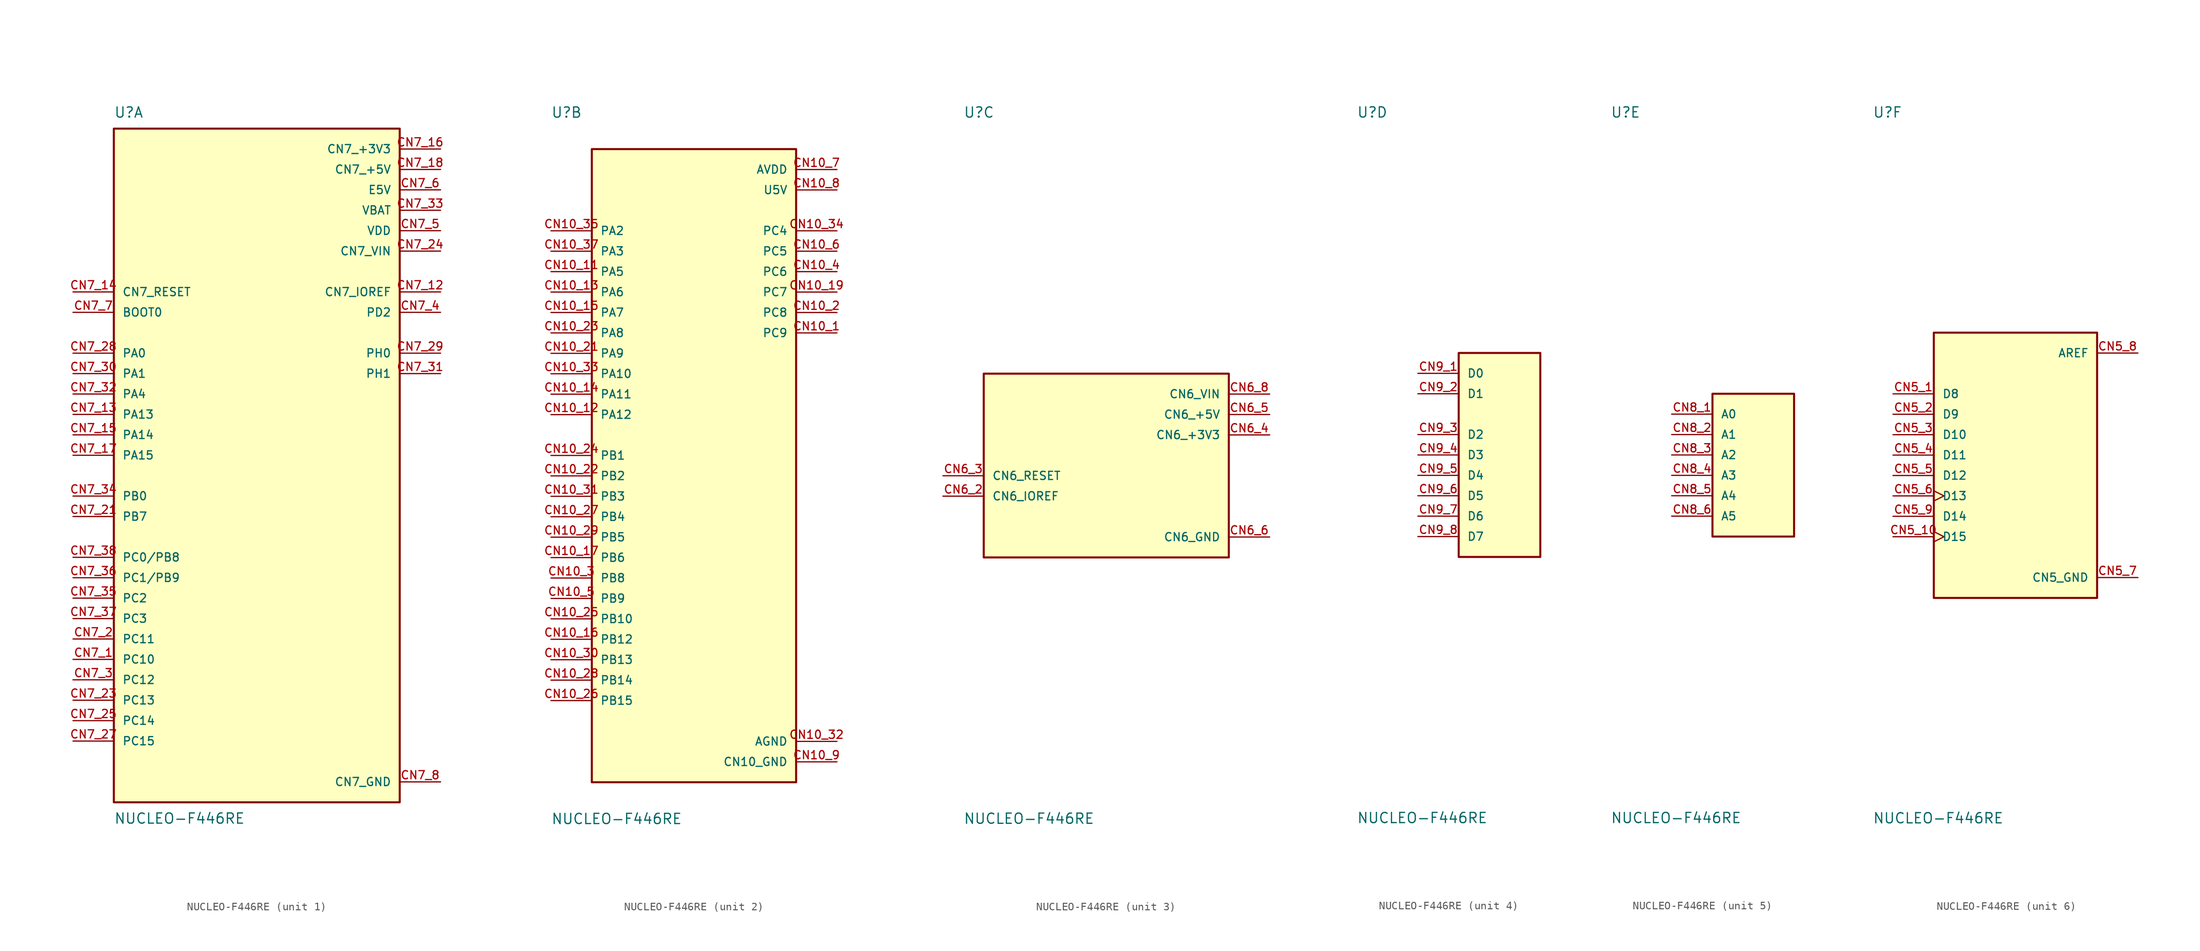
<source format=kicad_sym>
(kicad_symbol_lib
  (version 20241209)
  (generator "kicad_symbol_editor")
  (generator_version "9.0")
  (symbol "NUCLEO-F446RE"
    (pin_names
      (offset 1.016))
    (property "Reference" "U"
      (at -17.78 41.91 0)
      (effects (font (size 1.27 1.27)) (justify left bottom)))
    (property "Value" "NUCLEO-F446RE"
      (at -17.78 -44.45 0)
      (effects (font (size 1.27 1.27)) (justify left top)))
    (symbol "NUCLEO-F446RE_1_0"
      (rectangle (start -17.78 -43.18) (end 17.78 40.64) (stroke (width 0.254) (type default)) (fill (type background)))
      (pin bidirectional line (at -22.86 20.32 0) (length 5.08) (name "CN7_RESET" (effects (font (size 1.016 1.016)))) (number "CN7_14" (effects (font (size 1.016 1.016)))))
      (pin bidirectional line (at -22.86 17.78 0) (length 5.08) (name "BOOT0" (effects (font (size 1.016 1.016)))) (number "CN7_7" (effects (font (size 1.016 1.016)))))
      (pin bidirectional line (at -22.86 12.7 0) (length 5.08) (name "PA0" (effects (font (size 1.016 1.016)))) (number "CN7_28" (effects (font (size 1.016 1.016)))))
      (pin bidirectional line (at -22.86 10.16 0) (length 5.08) (name "PA1" (effects (font (size 1.016 1.016)))) (number "CN7_30" (effects (font (size 1.016 1.016)))))
      (pin bidirectional line (at -22.86 7.62 0) (length 5.08) (name "PA4" (effects (font (size 1.016 1.016)))) (number "CN7_32" (effects (font (size 1.016 1.016)))))
      (pin bidirectional line (at -22.86 5.08 0) (length 5.08) (name "PA13" (effects (font (size 1.016 1.016)))) (number "CN7_13" (effects (font (size 1.016 1.016)))))
      (pin bidirectional line (at -22.86 2.54 0) (length 5.08) (name "PA14" (effects (font (size 1.016 1.016)))) (number "CN7_15" (effects (font (size 1.016 1.016)))))
      (pin bidirectional line (at -22.86 0 0) (length 5.08) (name "PA15" (effects (font (size 1.016 1.016)))) (number "CN7_17" (effects (font (size 1.016 1.016)))))
      (pin bidirectional line (at -22.86 -5.08 0) (length 5.08) (name "PB0" (effects (font (size 1.016 1.016)))) (number "CN7_34" (effects (font (size 1.016 1.016)))))
      (pin bidirectional line (at -22.86 -7.62 0) (length 5.08) (name "PB7" (effects (font (size 1.016 1.016)))) (number "CN7_21" (effects (font (size 1.016 1.016)))))
      (pin bidirectional line (at -22.86 -12.7 0) (length 5.08) (name "PC0/PB8" (effects (font (size 1.016 1.016)))) (number "CN7_38" (effects (font (size 1.016 1.016)))))
      (pin bidirectional line (at -22.86 -15.24 0) (length 5.08) (name "PC1/PB9" (effects (font (size 1.016 1.016)))) (number "CN7_36" (effects (font (size 1.016 1.016)))))
      (pin bidirectional line (at -22.86 -17.78 0) (length 5.08) (name "PC2" (effects (font (size 1.016 1.016)))) (number "CN7_35" (effects (font (size 1.016 1.016)))))
      (pin bidirectional line (at -22.86 -20.32 0) (length 5.08) (name "PC3" (effects (font (size 1.016 1.016)))) (number "CN7_37" (effects (font (size 1.016 1.016)))))
      (pin bidirectional line (at -22.86 -22.86 0) (length 5.08) (name "PC11" (effects (font (size 1.016 1.016)))) (number "CN7_2" (effects (font (size 1.016 1.016)))))
      (pin bidirectional line (at -22.86 -25.4 0) (length 5.08) (name "PC10" (effects (font (size 1.016 1.016)))) (number "CN7_1" (effects (font (size 1.016 1.016)))))
      (pin bidirectional line (at -22.86 -27.94 0) (length 5.08) (name "PC12" (effects (font (size 1.016 1.016)))) (number "CN7_3" (effects (font (size 1.016 1.016)))))
      (pin bidirectional line (at -22.86 -30.48 0) (length 5.08) (name "PC13" (effects (font (size 1.016 1.016)))) (number "CN7_23" (effects (font (size 1.016 1.016)))))
      (pin bidirectional line (at -22.86 -33.02 0) (length 5.08) (name "PC14" (effects (font (size 1.016 1.016)))) (number "CN7_25" (effects (font (size 1.016 1.016)))))
      (pin bidirectional line (at -22.86 -35.56 0) (length 5.08) (name "PC15" (effects (font (size 1.016 1.016)))) (number "CN7_27" (effects (font (size 1.016 1.016)))))
      (pin power_in line (at 22.86 38.1 180) (length 5.08) (name "CN7_+3V3" (effects (font (size 1.016 1.016)))) (number "CN7_16" (effects (font (size 1.016 1.016)))))
      (pin power_in line (at 22.86 35.56 180) (length 5.08) (name "CN7_+5V" (effects (font (size 1.016 1.016)))) (number "CN7_18" (effects (font (size 1.016 1.016)))))
      (pin power_in line (at 22.86 33.02 180) (length 5.08) (name "E5V" (effects (font (size 1.016 1.016)))) (number "CN7_6" (effects (font (size 1.016 1.016)))))
      (pin power_in line (at 22.86 30.48 180) (length 5.08) (name "VBAT" (effects (font (size 1.016 1.016)))) (number "CN7_33" (effects (font (size 1.016 1.016)))))
      (pin power_in line (at 22.86 27.94 180) (length 5.08) (name "VDD" (effects (font (size 1.016 1.016)))) (number "CN7_5" (effects (font (size 1.016 1.016)))))
      (pin power_in line (at 22.86 25.4 180) (length 5.08) (name "CN7_VIN" (effects (font (size 1.016 1.016)))) (number "CN7_24" (effects (font (size 1.016 1.016)))))
      (pin bidirectional line (at 22.86 20.32 180) (length 5.08) (name "CN7_IOREF" (effects (font (size 1.016 1.016)))) (number "CN7_12" (effects (font (size 1.016 1.016)))))
      (pin bidirectional line (at 22.86 17.78 180) (length 5.08) (name "PD2" (effects (font (size 1.016 1.016)))) (number "CN7_4" (effects (font (size 1.016 1.016)))))
      (pin bidirectional line (at 22.86 12.7 180) (length 5.08) (name "PH0" (effects (font (size 1.016 1.016)))) (number "CN7_29" (effects (font (size 1.016 1.016)))))
      (pin bidirectional line (at 22.86 10.16 180) (length 5.08) (name "PH1" (effects (font (size 1.016 1.016)))) (number "CN7_31" (effects (font (size 1.016 1.016)))))
      (pin power_in line (at 22.86 -40.64 180) (length 5.08) (hide yes) (name "CN7_GND" (effects (font (size 1.016 1.016)))) (number "CN7_19" (effects (font (size 1.016 1.016)))))
      (pin power_in line (at 22.86 -40.64 180) (length 5.08) (hide yes) (name "CN7_GND" (effects (font (size 1.016 1.016)))) (number "CN7_20" (effects (font (size 1.016 1.016)))))
      (pin power_in line (at 22.86 -40.64 180) (length 5.08) (hide yes) (name "CN7_GND" (effects (font (size 1.016 1.016)))) (number "CN7_22" (effects (font (size 1.016 1.016)))))
      (pin power_in line (at 22.86 -40.64 180) (length 5.08) (name "CN7_GND" (effects (font (size 1.016 1.016)))) (number "CN7_8" (effects (font (size 1.016 1.016))))))
    (symbol "NUCLEO-F446RE_2_0"
      (rectangle (start -12.7 -40.64) (end 12.7 38.1) (stroke (width 0.254) (type default)) (fill (type background)))
      (pin bidirectional line (at -17.78 27.94 0) (length 5.08) (name "PA2" (effects (font (size 1.016 1.016)))) (number "CN10_35" (effects (font (size 1.016 1.016)))))
      (pin bidirectional line (at -17.78 25.4 0) (length 5.08) (name "PA3" (effects (font (size 1.016 1.016)))) (number "CN10_37" (effects (font (size 1.016 1.016)))))
      (pin bidirectional line (at -17.78 22.86 0) (length 5.08) (name "PA5" (effects (font (size 1.016 1.016)))) (number "CN10_11" (effects (font (size 1.016 1.016)))))
      (pin bidirectional line (at -17.78 20.32 0) (length 5.08) (name "PA6" (effects (font (size 1.016 1.016)))) (number "CN10_13" (effects (font (size 1.016 1.016)))))
      (pin bidirectional line (at -17.78 17.78 0) (length 5.08) (name "PA7" (effects (font (size 1.016 1.016)))) (number "CN10_15" (effects (font (size 1.016 1.016)))))
      (pin bidirectional line (at -17.78 15.24 0) (length 5.08) (name "PA8" (effects (font (size 1.016 1.016)))) (number "CN10_23" (effects (font (size 1.016 1.016)))))
      (pin bidirectional line (at -17.78 12.7 0) (length 5.08) (name "PA9" (effects (font (size 1.016 1.016)))) (number "CN10_21" (effects (font (size 1.016 1.016)))))
      (pin bidirectional line (at -17.78 10.16 0) (length 5.08) (name "PA10" (effects (font (size 1.016 1.016)))) (number "CN10_33" (effects (font (size 1.016 1.016)))))
      (pin bidirectional line (at -17.78 7.62 0) (length 5.08) (name "PA11" (effects (font (size 1.016 1.016)))) (number "CN10_14" (effects (font (size 1.016 1.016)))))
      (pin bidirectional line (at -17.78 5.08 0) (length 5.08) (name "PA12" (effects (font (size 1.016 1.016)))) (number "CN10_12" (effects (font (size 1.016 1.016)))))
      (pin bidirectional line (at -17.78 0 0) (length 5.08) (name "PB1" (effects (font (size 1.016 1.016)))) (number "CN10_24" (effects (font (size 1.016 1.016)))))
      (pin bidirectional line (at -17.78 -2.54 0) (length 5.08) (name "PB2" (effects (font (size 1.016 1.016)))) (number "CN10_22" (effects (font (size 1.016 1.016)))))
      (pin bidirectional line (at -17.78 -5.08 0) (length 5.08) (name "PB3" (effects (font (size 1.016 1.016)))) (number "CN10_31" (effects (font (size 1.016 1.016)))))
      (pin bidirectional line (at -17.78 -7.62 0) (length 5.08) (name "PB4" (effects (font (size 1.016 1.016)))) (number "CN10_27" (effects (font (size 1.016 1.016)))))
      (pin bidirectional line (at -17.78 -10.16 0) (length 5.08) (name "PB5" (effects (font (size 1.016 1.016)))) (number "CN10_29" (effects (font (size 1.016 1.016)))))
      (pin bidirectional line (at -17.78 -12.7 0) (length 5.08) (name "PB6" (effects (font (size 1.016 1.016)))) (number "CN10_17" (effects (font (size 1.016 1.016)))))
      (pin bidirectional line (at -17.78 -15.24 0) (length 5.08) (name "PB8" (effects (font (size 1.016 1.016)))) (number "CN10_3" (effects (font (size 1.016 1.016)))))
      (pin bidirectional line (at -17.78 -17.78 0) (length 5.08) (name "PB9" (effects (font (size 1.016 1.016)))) (number "CN10_5" (effects (font (size 1.016 1.016)))))
      (pin bidirectional line (at -17.78 -20.32 0) (length 5.08) (name "PB10" (effects (font (size 1.016 1.016)))) (number "CN10_25" (effects (font (size 1.016 1.016)))))
      (pin bidirectional line (at -17.78 -22.86 0) (length 5.08) (name "PB12" (effects (font (size 1.016 1.016)))) (number "CN10_16" (effects (font (size 1.016 1.016)))))
      (pin bidirectional line (at -17.78 -25.4 0) (length 5.08) (name "PB13" (effects (font (size 1.016 1.016)))) (number "CN10_30" (effects (font (size 1.016 1.016)))))
      (pin bidirectional line (at -17.78 -27.94 0) (length 5.08) (name "PB14" (effects (font (size 1.016 1.016)))) (number "CN10_28" (effects (font (size 1.016 1.016)))))
      (pin bidirectional line (at -17.78 -30.48 0) (length 5.08) (name "PB15" (effects (font (size 1.016 1.016)))) (number "CN10_26" (effects (font (size 1.016 1.016)))))
      (pin power_in line (at 17.78 35.56 180) (length 5.08) (name "AVDD" (effects (font (size 1.016 1.016)))) (number "CN10_7" (effects (font (size 1.016 1.016)))))
      (pin power_in line (at 17.78 33.02 180) (length 5.08) (name "U5V" (effects (font (size 1.016 1.016)))) (number "CN10_8" (effects (font (size 1.016 1.016)))))
      (pin bidirectional line (at 17.78 27.94 180) (length 5.08) (name "PC4" (effects (font (size 1.016 1.016)))) (number "CN10_34" (effects (font (size 1.016 1.016)))))
      (pin bidirectional line (at 17.78 25.4 180) (length 5.08) (name "PC5" (effects (font (size 1.016 1.016)))) (number "CN10_6" (effects (font (size 1.016 1.016)))))
      (pin bidirectional line (at 17.78 22.86 180) (length 5.08) (name "PC6" (effects (font (size 1.016 1.016)))) (number "CN10_4" (effects (font (size 1.016 1.016)))))
      (pin bidirectional line (at 17.78 20.32 180) (length 5.08) (name "PC7" (effects (font (size 1.016 1.016)))) (number "CN10_19" (effects (font (size 1.016 1.016)))))
      (pin bidirectional line (at 17.78 17.78 180) (length 5.08) (name "PC8" (effects (font (size 1.016 1.016)))) (number "CN10_2" (effects (font (size 1.016 1.016)))))
      (pin bidirectional line (at 17.78 15.24 180) (length 5.08) (name "PC9" (effects (font (size 1.016 1.016)))) (number "CN10_1" (effects (font (size 1.016 1.016)))))
      (pin power_in line (at 17.78 -35.56 180) (length 5.08) (name "AGND" (effects (font (size 1.016 1.016)))) (number "CN10_32" (effects (font (size 1.016 1.016)))))
      (pin power_in line (at 17.78 -38.1 180) (length 5.08) (hide yes) (name "CN10_GND" (effects (font (size 1.016 1.016)))) (number "CN10_20" (effects (font (size 1.016 1.016)))))
      (pin power_in line (at 17.78 -38.1 180) (length 5.08) (name "CN10_GND" (effects (font (size 1.016 1.016)))) (number "CN10_9" (effects (font (size 1.016 1.016))))))
    (symbol "NUCLEO-F446RE_3_0"
      (rectangle (start -15.24 -12.7) (end 15.24 10.16) (stroke (width 0.254) (type default)) (fill (type background)))
      (pin bidirectional line (at -20.32 -2.54 0) (length 5.08) (name "CN6_RESET" (effects (font (size 1.016 1.016)))) (number "CN6_3" (effects (font (size 1.016 1.016)))))
      (pin bidirectional line (at -20.32 -5.08 0) (length 5.08) (name "CN6_IOREF" (effects (font (size 1.016 1.016)))) (number "CN6_2" (effects (font (size 1.016 1.016)))))
      (pin power_in line (at 20.32 7.62 180) (length 5.08) (name "CN6_VIN" (effects (font (size 1.016 1.016)))) (number "CN6_8" (effects (font (size 1.016 1.016)))))
      (pin power_in line (at 20.32 5.08 180) (length 5.08) (name "CN6_+5V" (effects (font (size 1.016 1.016)))) (number "CN6_5" (effects (font (size 1.016 1.016)))))
      (pin power_in line (at 20.32 2.54 180) (length 5.08) (name "CN6_+3V3" (effects (font (size 1.016 1.016)))) (number "CN6_4" (effects (font (size 1.016 1.016)))))
      (pin power_in line (at 20.32 -10.16 180) (length 5.08) (name "CN6_GND" (effects (font (size 1.016 1.016)))) (number "CN6_6" (effects (font (size 1.016 1.016)))))
      (pin power_in line (at 20.32 -10.16 180) (length 5.08) (hide yes) (name "CN6_GND" (effects (font (size 1.016 1.016)))) (number "CN6_7" (effects (font (size 1.016 1.016))))))
    (symbol "NUCLEO-F446RE_4_0"
      (rectangle (start -5.08 -12.7) (end 5.08 12.7) (stroke (width 0.254) (type default)) (fill (type background)))
      (pin input line (at -10.16 10.16 0) (length 5.08) (name "D0" (effects (font (size 1.016 1.016)))) (number "CN9_1" (effects (font (size 1.016 1.016)))))
      (pin output line (at -10.16 7.62 0) (length 5.08) (name "D1" (effects (font (size 1.016 1.016)))) (number "CN9_2" (effects (font (size 1.016 1.016)))))
      (pin bidirectional line (at -10.16 2.54 0) (length 5.08) (name "D2" (effects (font (size 1.016 1.016)))) (number "CN9_3" (effects (font (size 1.016 1.016)))))
      (pin bidirectional line (at -10.16 0 0) (length 5.08) (name "D3" (effects (font (size 1.016 1.016)))) (number "CN9_4" (effects (font (size 1.016 1.016)))))
      (pin bidirectional line (at -10.16 -2.54 0) (length 5.08) (name "D4" (effects (font (size 1.016 1.016)))) (number "CN9_5" (effects (font (size 1.016 1.016)))))
      (pin bidirectional line (at -10.16 -5.08 0) (length 5.08) (name "D5" (effects (font (size 1.016 1.016)))) (number "CN9_6" (effects (font (size 1.016 1.016)))))
      (pin bidirectional line (at -10.16 -7.62 0) (length 5.08) (name "D6" (effects (font (size 1.016 1.016)))) (number "CN9_7" (effects (font (size 1.016 1.016)))))
      (pin bidirectional line (at -10.16 -10.16 0) (length 5.08) (name "D7" (effects (font (size 1.016 1.016)))) (number "CN9_8" (effects (font (size 1.016 1.016))))))
    (symbol "NUCLEO-F446RE_5_0"
      (rectangle (start -5.08 -10.16) (end 5.08 7.62) (stroke (width 0.254) (type default)) (fill (type background)))
      (pin input line (at -10.16 5.08 0) (length 5.08) (name "A0" (effects (font (size 1.016 1.016)))) (number "CN8_1" (effects (font (size 1.016 1.016)))))
      (pin input line (at -10.16 2.54 0) (length 5.08) (name "A1" (effects (font (size 1.016 1.016)))) (number "CN8_2" (effects (font (size 1.016 1.016)))))
      (pin input line (at -10.16 0 0) (length 5.08) (name "A2" (effects (font (size 1.016 1.016)))) (number "CN8_3" (effects (font (size 1.016 1.016)))))
      (pin input line (at -10.16 -2.54 0) (length 5.08) (name "A3" (effects (font (size 1.016 1.016)))) (number "CN8_4" (effects (font (size 1.016 1.016)))))
      (pin input line (at -10.16 -5.08 0) (length 5.08) (name "A4" (effects (font (size 1.016 1.016)))) (number "CN8_5" (effects (font (size 1.016 1.016)))))
      (pin input line (at -10.16 -7.62 0) (length 5.08) (name "A5" (effects (font (size 1.016 1.016)))) (number "CN8_6" (effects (font (size 1.016 1.016))))))
    (symbol "NUCLEO-F446RE_6_0"
      (rectangle (start -10.16 -17.78) (end 10.16 15.24) (stroke (width 0.254) (type default)) (fill (type background)))
      (pin bidirectional line (at -15.24 7.62 0) (length 5.08) (name "D8" (effects (font (size 1.016 1.016)))) (number "CN5_1" (effects (font (size 1.016 1.016)))))
      (pin bidirectional line (at -15.24 5.08 0) (length 5.08) (name "D9" (effects (font (size 1.016 1.016)))) (number "CN5_2" (effects (font (size 1.016 1.016)))))
      (pin bidirectional line (at -15.24 2.54 0) (length 5.08) (name "D10" (effects (font (size 1.016 1.016)))) (number "CN5_3" (effects (font (size 1.016 1.016)))))
      (pin bidirectional line (at -15.24 0 0) (length 5.08) (name "D11" (effects (font (size 1.016 1.016)))) (number "CN5_4" (effects (font (size 1.016 1.016)))))
      (pin bidirectional line (at -15.24 -2.54 0) (length 5.08) (name "D12" (effects (font (size 1.016 1.016)))) (number "CN5_5" (effects (font (size 1.016 1.016)))))
      (pin bidirectional clock (at -15.24 -5.08 0) (length 5.08) (name "D13" (effects (font (size 1.016 1.016)))) (number "CN5_6" (effects (font (size 1.016 1.016)))))
      (pin bidirectional line (at -15.24 -7.62 0) (length 5.08) (name "D14" (effects (font (size 1.016 1.016)))) (number "CN5_9" (effects (font (size 1.016 1.016)))))
      (pin bidirectional clock (at -15.24 -10.16 0) (length 5.08) (name "D15" (effects (font (size 1.016 1.016)))) (number "CN5_10" (effects (font (size 1.016 1.016)))))
      (pin power_in line (at 15.24 12.7 180) (length 5.08) (name "AREF" (effects (font (size 1.016 1.016)))) (number "CN5_8" (effects (font (size 1.016 1.016)))))
      (pin power_in line (at 15.24 -15.24 180) (length 5.08) (name "CN5_GND" (effects (font (size 1.016 1.016)))) (number "CN5_7" (effects (font (size 1.016 1.016))))))))
</source>
